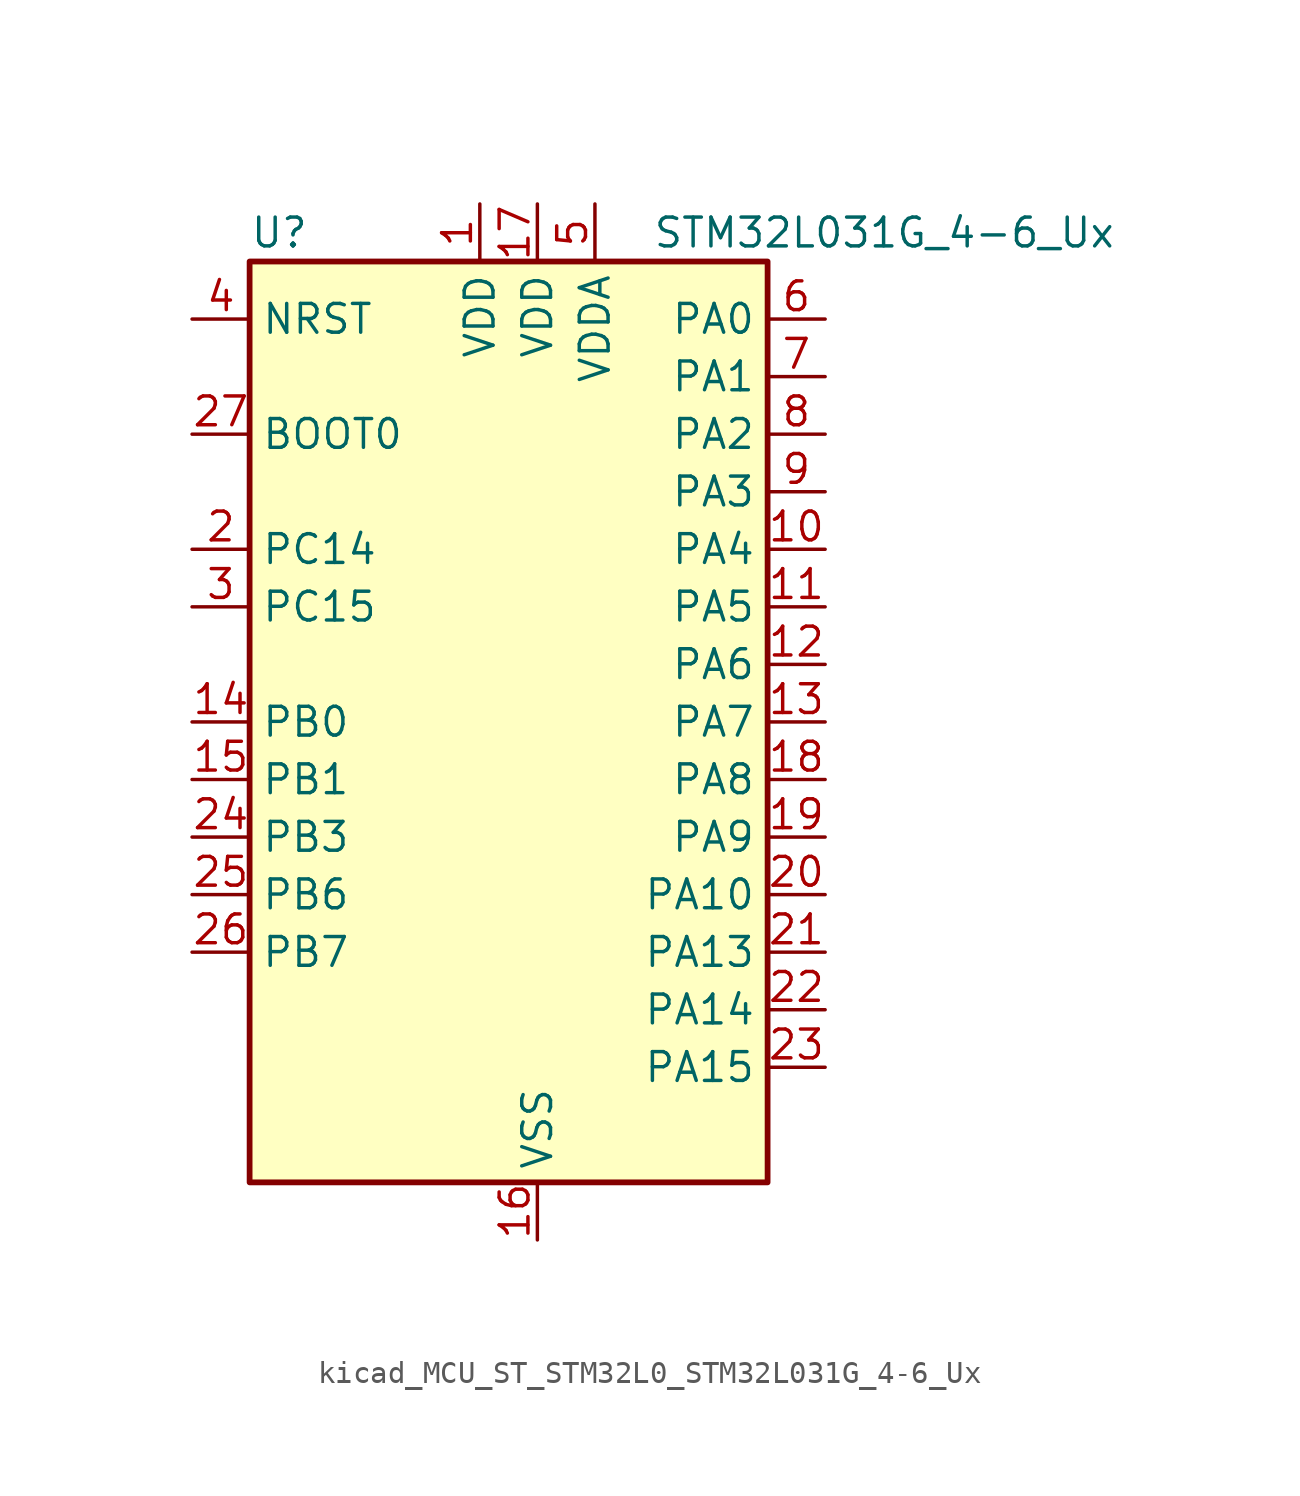
<source format=kicad_sym>
(kicad_symbol_lib
  (version 20220914)
  (generator kicad_symbol_editor)
  (symbol "kicad_MCU_ST_STM32L0_STM32L031G_4-6_Ux"
    (property "Reference" "U"
      (at -10.16 21.59 0)
      (effects (font (size 1.27 1.27)) (justify left)))
    (property "Value" "STM32L031G_4-6_Ux"
      (at 7.62 21.59 0)
      (effects (font (size 1.27 1.27)) (justify left)))
    (property "ki_locked" ""
      (at 0 0 0)
      (effects (font (size 1.27 1.27))))
    (symbol "kicad_MCU_ST_STM32L0_STM32L031G_4-6_Ux_0_1"
      (rectangle (start -10.16 -20.32) (end 12.7 20.32) (stroke (width 0.254) (type default)) (fill (type background))))
    (symbol "kicad_MCU_ST_STM32L0_STM32L031G_4-6_Ux_1_1"
      (pin power_in line (at 0 22.86 270) (length 2.54) (name "VDD" (effects (font (size 1.27 1.27)))) (number "1" (effects (font (size 1.27 1.27)))))
      (pin bidirectional line (at 15.24 7.62 180) (length 2.54) (name "PA4" (effects (font (size 1.27 1.27)))) (number "10" (effects (font (size 1.27 1.27)))) (alternate "ADC_IN4" bidirectional line) (alternate "COMP1_INM" bidirectional line) (alternate "COMP2_INM" bidirectional line) (alternate "LPTIM1_IN1" bidirectional line) (alternate "SPI1_NSS" bidirectional line) (alternate "TIM22_ETR" bidirectional line) (alternate "USART2_CK" bidirectional line))
      (pin bidirectional line (at 15.24 5.08 180) (length 2.54) (name "PA5" (effects (font (size 1.27 1.27)))) (number "11" (effects (font (size 1.27 1.27)))) (alternate "ADC_IN5" bidirectional line) (alternate "COMP1_INM" bidirectional line) (alternate "COMP2_INM" bidirectional line) (alternate "LPTIM1_IN2" bidirectional line) (alternate "SPI1_SCK" bidirectional line) (alternate "TIM2_CH1" bidirectional line) (alternate "TIM2_ETR" bidirectional line))
      (pin bidirectional line (at 15.24 2.54 180) (length 2.54) (name "PA6" (effects (font (size 1.27 1.27)))) (number "12" (effects (font (size 1.27 1.27)))) (alternate "ADC_IN6" bidirectional line) (alternate "COMP1_OUT" bidirectional line) (alternate "LPTIM1_ETR" bidirectional line) (alternate "LPUART1_CTS" bidirectional line) (alternate "SPI1_MISO" bidirectional line) (alternate "TIM22_CH1" bidirectional line))
      (pin bidirectional line (at 15.24 0 180) (length 2.54) (name "PA7" (effects (font (size 1.27 1.27)))) (number "13" (effects (font (size 1.27 1.27)))) (alternate "ADC_IN7" bidirectional line) (alternate "COMP2_OUT" bidirectional line) (alternate "LPTIM1_OUT" bidirectional line) (alternate "SPI1_MOSI" bidirectional line) (alternate "TIM22_CH2" bidirectional line) (alternate "USART2_CTS" bidirectional line))
      (pin bidirectional line (at -12.7 0 0) (length 2.54) (name "PB0" (effects (font (size 1.27 1.27)))) (number "14" (effects (font (size 1.27 1.27)))) (alternate "ADC_IN8" bidirectional line) (alternate "SPI1_MISO" bidirectional line) (alternate "SYS_VREF_OUT_PB0" bidirectional line) (alternate "TIM2_CH3" bidirectional line) (alternate "USART2_DE" bidirectional line) (alternate "USART2_RTS" bidirectional line))
      (pin bidirectional line (at -12.7 -2.54 0) (length 2.54) (name "PB1" (effects (font (size 1.27 1.27)))) (number "15" (effects (font (size 1.27 1.27)))) (alternate "ADC_IN9" bidirectional line) (alternate "LPUART1_DE" bidirectional line) (alternate "LPUART1_RTS" bidirectional line) (alternate "SPI1_MOSI" bidirectional line) (alternate "SYS_VREF_OUT_PB1" bidirectional line) (alternate "TIM2_CH4" bidirectional line) (alternate "USART2_CK" bidirectional line))
      (pin power_in line (at 2.54 -22.86 90) (length 2.54) (name "VSS" (effects (font (size 1.27 1.27)))) (number "16" (effects (font (size 1.27 1.27)))))
      (pin power_in line (at 2.54 22.86 270) (length 2.54) (name "VDD" (effects (font (size 1.27 1.27)))) (number "17" (effects (font (size 1.27 1.27)))))
      (pin bidirectional line (at 15.24 -2.54 180) (length 2.54) (name "PA8" (effects (font (size 1.27 1.27)))) (number "18" (effects (font (size 1.27 1.27)))) (alternate "LPTIM1_IN1" bidirectional line) (alternate "RCC_MCO" bidirectional line) (alternate "TIM2_CH1" bidirectional line) (alternate "USART2_CK" bidirectional line))
      (pin bidirectional line (at 15.24 -5.08 180) (length 2.54) (name "PA9" (effects (font (size 1.27 1.27)))) (number "19" (effects (font (size 1.27 1.27)))) (alternate "I2C1_SCL" bidirectional line) (alternate "RCC_MCO" bidirectional line) (alternate "TIM22_CH1" bidirectional line) (alternate "USART2_TX" bidirectional line))
      (pin bidirectional line (at -12.7 7.62 0) (length 2.54) (name "PC14" (effects (font (size 1.27 1.27)))) (number "2" (effects (font (size 1.27 1.27)))) (alternate "RCC_OSC32_IN" bidirectional line))
      (pin bidirectional line (at 15.24 -7.62 180) (length 2.54) (name "PA10" (effects (font (size 1.27 1.27)))) (number "20" (effects (font (size 1.27 1.27)))) (alternate "I2C1_SDA" bidirectional line) (alternate "TIM22_CH2" bidirectional line) (alternate "USART2_RX" bidirectional line))
      (pin bidirectional line (at 15.24 -10.16 180) (length 2.54) (name "PA13" (effects (font (size 1.27 1.27)))) (number "21" (effects (font (size 1.27 1.27)))) (alternate "LPTIM1_ETR" bidirectional line) (alternate "LPUART1_RX" bidirectional line) (alternate "SYS_SWDIO" bidirectional line))
      (pin bidirectional line (at 15.24 -12.7 180) (length 2.54) (name "PA14" (effects (font (size 1.27 1.27)))) (number "22" (effects (font (size 1.27 1.27)))) (alternate "I2C1_SMBA" bidirectional line) (alternate "LPTIM1_OUT" bidirectional line) (alternate "LPUART1_TX" bidirectional line) (alternate "SYS_SWCLK" bidirectional line) (alternate "USART2_TX" bidirectional line))
      (pin bidirectional line (at 15.24 -15.24 180) (length 2.54) (name "PA15" (effects (font (size 1.27 1.27)))) (number "23" (effects (font (size 1.27 1.27)))) (alternate "SPI1_NSS" bidirectional line) (alternate "TIM2_CH1" bidirectional line) (alternate "TIM2_ETR" bidirectional line) (alternate "USART2_RX" bidirectional line))
      (pin bidirectional line (at -12.7 -5.08 0) (length 2.54) (name "PB3" (effects (font (size 1.27 1.27)))) (number "24" (effects (font (size 1.27 1.27)))) (alternate "COMP2_INM" bidirectional line) (alternate "SPI1_SCK" bidirectional line) (alternate "TIM2_CH2" bidirectional line))
      (pin bidirectional line (at -12.7 -7.62 0) (length 2.54) (name "PB6" (effects (font (size 1.27 1.27)))) (number "25" (effects (font (size 1.27 1.27)))) (alternate "COMP2_INP" bidirectional line) (alternate "I2C1_SCL" bidirectional line) (alternate "LPTIM1_ETR" bidirectional line) (alternate "TIM21_CH1" bidirectional line) (alternate "USART2_TX" bidirectional line))
      (pin bidirectional line (at -12.7 -10.16 0) (length 2.54) (name "PB7" (effects (font (size 1.27 1.27)))) (number "26" (effects (font (size 1.27 1.27)))) (alternate "COMP2_INP" bidirectional line) (alternate "I2C1_SDA" bidirectional line) (alternate "LPTIM1_IN2" bidirectional line) (alternate "SYS_PVD_IN" bidirectional line) (alternate "USART2_RX" bidirectional line))
      (pin input line (at -12.7 12.7 0) (length 2.54) (name "BOOT0" (effects (font (size 1.27 1.27)))) (number "27" (effects (font (size 1.27 1.27)))))
      (pin passive line (at 2.54 -22.86 90) (length 2.54) hide (name "VSS" (effects (font (size 1.27 1.27)))) (number "28" (effects (font (size 1.27 1.27)))))
      (pin bidirectional line (at -12.7 5.08 0) (length 2.54) (name "PC15" (effects (font (size 1.27 1.27)))) (number "3" (effects (font (size 1.27 1.27)))) (alternate "RCC_OSC32_OUT" bidirectional line))
      (pin input line (at -12.7 17.78 0) (length 2.54) (name "NRST" (effects (font (size 1.27 1.27)))) (number "4" (effects (font (size 1.27 1.27)))))
      (pin power_in line (at 5.08 22.86 270) (length 2.54) (name "VDDA" (effects (font (size 1.27 1.27)))) (number "5" (effects (font (size 1.27 1.27)))))
      (pin bidirectional line (at 15.24 17.78 180) (length 2.54) (name "PA0" (effects (font (size 1.27 1.27)))) (number "6" (effects (font (size 1.27 1.27)))) (alternate "ADC_IN0" bidirectional line) (alternate "COMP1_INM" bidirectional line) (alternate "COMP1_OUT" bidirectional line) (alternate "LPTIM1_IN1" bidirectional line) (alternate "RCC_CK_IN" bidirectional line) (alternate "RTC_TAMP2" bidirectional line) (alternate "SYS_WKUP1" bidirectional line) (alternate "TIM2_CH1" bidirectional line) (alternate "TIM2_ETR" bidirectional line) (alternate "USART2_CTS" bidirectional line))
      (pin bidirectional line (at 15.24 15.24 180) (length 2.54) (name "PA1" (effects (font (size 1.27 1.27)))) (number "7" (effects (font (size 1.27 1.27)))) (alternate "ADC_IN1" bidirectional line) (alternate "COMP1_INP" bidirectional line) (alternate "I2C1_SMBA" bidirectional line) (alternate "LPTIM1_IN2" bidirectional line) (alternate "TIM21_ETR" bidirectional line) (alternate "TIM2_CH2" bidirectional line) (alternate "USART2_DE" bidirectional line) (alternate "USART2_RTS" bidirectional line))
      (pin bidirectional line (at 15.24 12.7 180) (length 2.54) (name "PA2" (effects (font (size 1.27 1.27)))) (number "8" (effects (font (size 1.27 1.27)))) (alternate "ADC_IN2" bidirectional line) (alternate "COMP2_INM" bidirectional line) (alternate "COMP2_OUT" bidirectional line) (alternate "LPUART1_TX" bidirectional line) (alternate "RTC_OUT_ALARM" bidirectional line) (alternate "RTC_OUT_CALIB" bidirectional line) (alternate "RTC_TAMP3" bidirectional line) (alternate "RTC_TS" bidirectional line) (alternate "SYS_WKUP3" bidirectional line) (alternate "TIM21_CH1" bidirectional line) (alternate "TIM2_CH3" bidirectional line) (alternate "USART2_TX" bidirectional line))
      (pin bidirectional line (at 15.24 10.16 180) (length 2.54) (name "PA3" (effects (font (size 1.27 1.27)))) (number "9" (effects (font (size 1.27 1.27)))) (alternate "ADC_IN3" bidirectional line) (alternate "COMP2_INP" bidirectional line) (alternate "LPUART1_RX" bidirectional line) (alternate "TIM21_CH2" bidirectional line) (alternate "TIM2_CH4" bidirectional line) (alternate "USART2_RX" bidirectional line)))))
</source>
